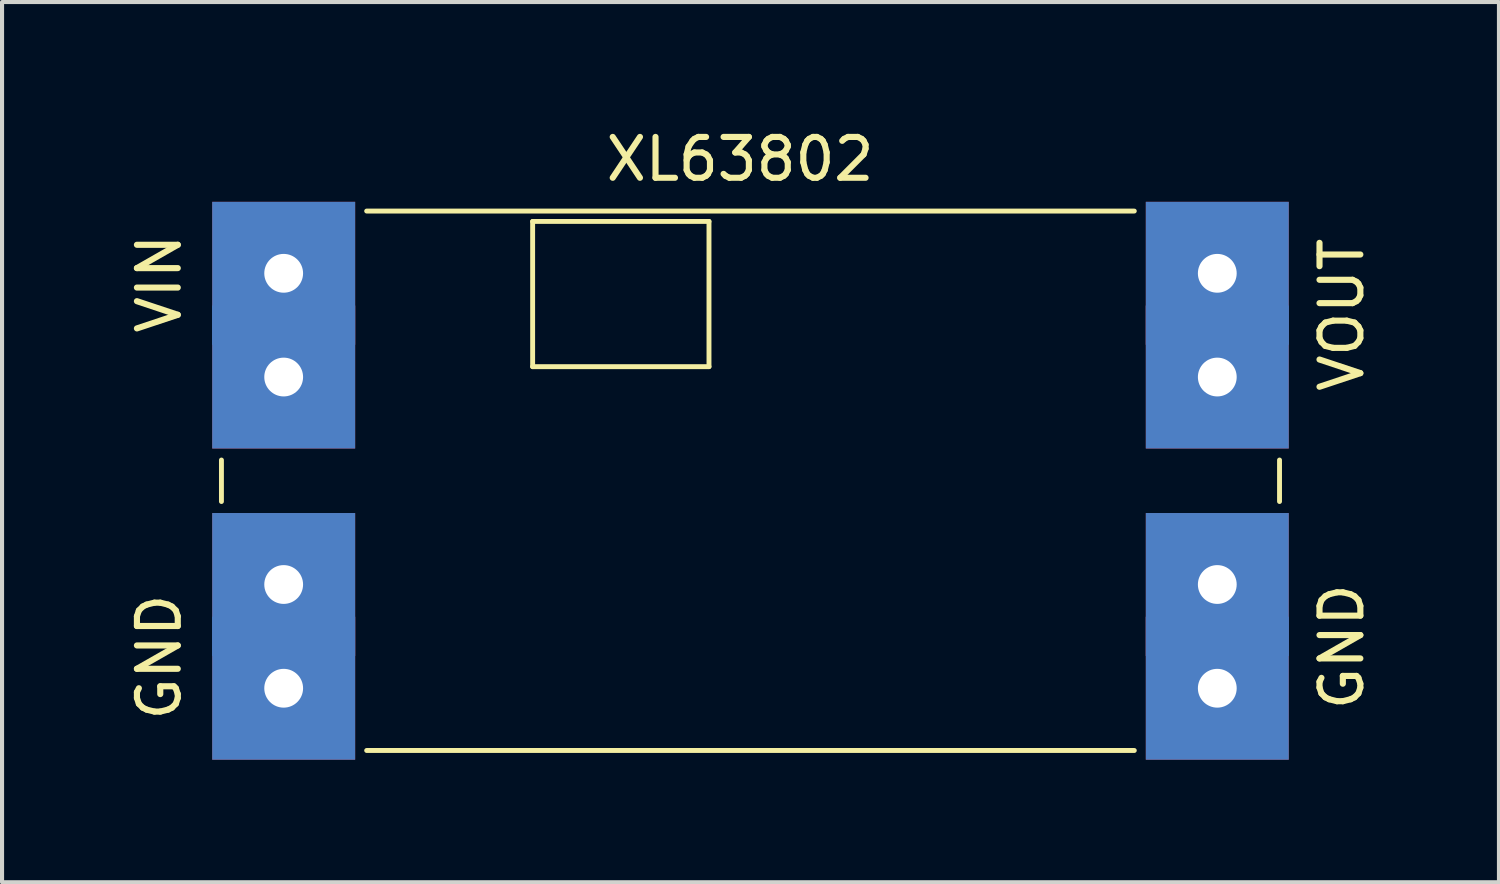
<source format=kicad_pcb>
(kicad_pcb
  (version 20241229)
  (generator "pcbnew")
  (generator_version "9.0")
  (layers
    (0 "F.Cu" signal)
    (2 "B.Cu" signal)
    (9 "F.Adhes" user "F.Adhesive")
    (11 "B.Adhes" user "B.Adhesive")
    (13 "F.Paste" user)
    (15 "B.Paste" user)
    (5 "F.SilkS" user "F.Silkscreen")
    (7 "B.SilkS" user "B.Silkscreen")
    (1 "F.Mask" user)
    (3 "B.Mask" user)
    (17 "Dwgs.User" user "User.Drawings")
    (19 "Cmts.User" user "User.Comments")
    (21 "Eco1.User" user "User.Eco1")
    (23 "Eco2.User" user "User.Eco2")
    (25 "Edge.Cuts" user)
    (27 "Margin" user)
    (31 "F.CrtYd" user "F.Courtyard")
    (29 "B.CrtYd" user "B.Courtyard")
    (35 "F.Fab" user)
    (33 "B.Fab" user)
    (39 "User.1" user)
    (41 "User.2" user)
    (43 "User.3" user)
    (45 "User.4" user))
  (footprint "XL63802"
    (layer "F.Cu")
    (at 3.896 8.722)
    (property "Reference" "XL63802" (at 11.176 -7.874 0) (layer "F.SilkS") (effects (font (size 1 1) (thickness 0.15))))
    (attr through_hole)
    (fp_line (start -1.524 0.508) (end -1.524 -0.508) (stroke (width 0.12) (type solid)) (layer "F.SilkS"))
    (fp_line (start 2.032 -6.604) (end 20.828 -6.604) (stroke (width 0.12) (type solid)) (layer "F.SilkS"))
    (fp_line (start 2.032 6.604) (end 20.828 6.604) (stroke (width 0.12) (type solid)) (layer "F.SilkS"))
    (fp_line (start 6.096 -6.35) (end 6.096 -2.794) (stroke (width 0.12) (type solid)) (layer "F.SilkS"))
    (fp_line (start 6.096 -2.794) (end 10.414 -2.794) (stroke (width 0.12) (type solid)) (layer "F.SilkS"))
    (fp_line (start 10.414 -6.35) (end 6.096 -6.35) (stroke (width 0.12) (type solid)) (layer "F.SilkS"))
    (fp_line (start 10.414 -2.794) (end 10.414 -6.35) (stroke (width 0.12) (type solid)) (layer "F.SilkS"))
    (fp_line (start 24.384 -0.508) (end 24.384 0.508) (stroke (width 0.12) (type solid)) (layer "F.SilkS"))
    (fp_text user "GND" (at -3.048 4.318 270) (layer "F.SilkS") (effects (font (size 1 1) (thickness 0.15))))
    (fp_text user "GND" (at 25.908 4.064 270) (layer "F.SilkS") (effects (font (size 1 1) (thickness 0.15))))
    (fp_text user "VOUT" (at 25.908 -4.064 270) (layer "F.SilkS") (effects (font (size 1 1) (thickness 0.15))))
    (fp_text user "VIN" (at -3.048 -4.826 270) (layer "F.SilkS") (effects (font (size 1 1) (thickness 0.15))))
    (pad "1" thru_hole rect (at 0 -5.08) (size 3.5 3.5) (drill 0.95) (layers "*.Cu" "*.Mask"))
    (pad "2" thru_hole rect (at 0 -2.54) (size 3.5 3.5) (drill 0.95) (layers "*.Cu" "*.Mask"))
    (pad "3" thru_hole rect (at 0 2.54) (size 3.5 3.5) (drill 0.95) (layers "*.Cu" "*.Mask"))
    (pad "4" thru_hole rect (at 0 5.08) (size 3.5 3.5) (drill 0.95) (layers "*.Cu" "*.Mask"))
    (pad "5" thru_hole rect (at 22.86 -5.08) (size 3.5 3.5) (drill 0.95) (layers "*.Cu" "*.Mask"))
    (pad "6" thru_hole rect (at 22.86 -2.54) (size 3.5 3.5) (drill 0.95) (layers "*.Cu" "*.Mask"))
    (pad "7" thru_hole rect (at 22.86 2.54) (size 3.5 3.5) (drill 0.95) (layers "*.Cu" "*.Mask"))
    (pad "8" thru_hole rect (at 22.86 5.08) (size 3.5 3.5) (drill 0.95) (layers "*.Cu" "*.Mask")))
  (gr_rect
    (start -3 -3)
    (end 33.653 18.552)
    (stroke (width 0.1) (type default))
    (fill no)
    (layer "Edge.Cuts")))
</source>
